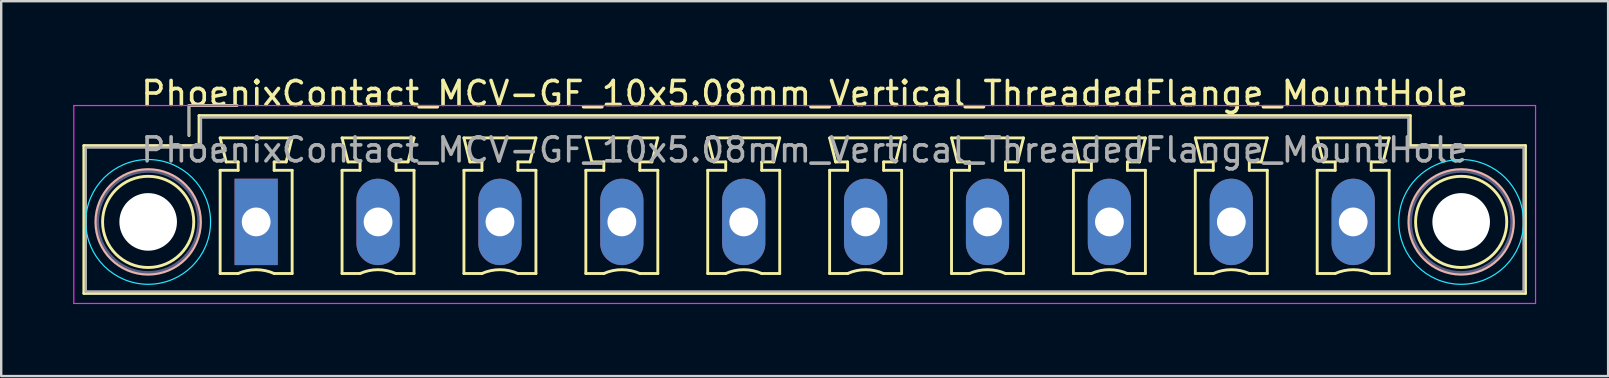
<source format=kicad_pcb>
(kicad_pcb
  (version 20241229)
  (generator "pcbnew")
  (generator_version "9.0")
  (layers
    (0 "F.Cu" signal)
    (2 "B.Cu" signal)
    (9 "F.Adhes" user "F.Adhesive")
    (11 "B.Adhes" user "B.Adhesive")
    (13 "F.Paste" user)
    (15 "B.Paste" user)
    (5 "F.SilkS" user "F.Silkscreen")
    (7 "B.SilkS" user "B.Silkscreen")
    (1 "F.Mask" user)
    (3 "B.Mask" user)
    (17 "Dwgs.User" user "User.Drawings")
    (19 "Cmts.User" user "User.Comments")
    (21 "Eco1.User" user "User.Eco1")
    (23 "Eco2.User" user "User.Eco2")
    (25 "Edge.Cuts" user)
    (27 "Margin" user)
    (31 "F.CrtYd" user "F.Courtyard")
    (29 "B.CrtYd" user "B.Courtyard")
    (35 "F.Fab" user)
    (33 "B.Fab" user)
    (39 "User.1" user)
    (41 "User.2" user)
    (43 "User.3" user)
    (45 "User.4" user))
  (footprint "PhoenixContact_MCV-GF_10x5.08mm_Vertical_ThreadedFlange_MountHole"
    (layer "F.Cu")
    (at 7.625 6.198)
    (property "Reference" "PhoenixContact_MCV-GF_10x5.08mm_Vertical_ThreadedFlange_MountHole" (at 22.86 -5.35 0) (layer "F.SilkS") (effects (font (size 1 1) (thickness 0.15))))
    (attr through_hole)
    (fp_line (start -7.18 -3.18) (end -7.18 2.98) (stroke (width 0.12) (type solid)) (layer "F.SilkS"))
    (fp_line (start -7.18 2.98) (end 52.9 2.98) (stroke (width 0.12) (type solid)) (layer "F.SilkS"))
    (fp_line (start -2.8 -4.85) (end -0.8 -4.85) (stroke (width 0.12) (type solid)) (layer "F.SilkS"))
    (fp_line (start -2.8 -3.6) (end -2.8 -4.85) (stroke (width 0.12) (type solid)) (layer "F.SilkS"))
    (fp_line (start -2.38 -4.43) (end -2.38 -3.18) (stroke (width 0.12) (type solid)) (layer "F.SilkS"))
    (fp_line (start -2.38 -3.18) (end -7.18 -3.18) (stroke (width 0.12) (type solid)) (layer "F.SilkS"))
    (fp_line (start -1.5 -3.5) (end 1.5 -3.5) (stroke (width 0.12) (type solid)) (layer "F.SilkS"))
    (fp_line (start -1.5 -2.15) (end -0.75 -2.15) (stroke (width 0.12) (type solid)) (layer "F.SilkS"))
    (fp_line (start -1.5 2.15) (end -1.5 -2.15) (stroke (width 0.12) (type solid)) (layer "F.SilkS"))
    (fp_line (start -1.25 -2.5) (end -1.5 -3.5) (stroke (width 0.12) (type solid)) (layer "F.SilkS"))
    (fp_line (start -0.75 -2.5) (end -1.25 -2.5) (stroke (width 0.12) (type solid)) (layer "F.SilkS"))
    (fp_line (start -0.75 -2.15) (end -0.75 -2.5) (stroke (width 0.12) (type solid)) (layer "F.SilkS"))
    (fp_line (start -0.75 2.15) (end -1.5 2.15) (stroke (width 0.12) (type solid)) (layer "F.SilkS"))
    (fp_line (start 0.75 -2.5) (end 0.75 -2.15) (stroke (width 0.12) (type solid)) (layer "F.SilkS"))
    (fp_line (start 0.75 -2.15) (end 1.5 -2.15) (stroke (width 0.12) (type solid)) (layer "F.SilkS"))
    (fp_line (start 1.25 -2.5) (end 0.75 -2.5) (stroke (width 0.12) (type solid)) (layer "F.SilkS"))
    (fp_line (start 1.5 -3.5) (end 1.25 -2.5) (stroke (width 0.12) (type solid)) (layer "F.SilkS"))
    (fp_line (start 1.5 -2.15) (end 1.5 2.15) (stroke (width 0.12) (type solid)) (layer "F.SilkS"))
    (fp_line (start 1.5 2.15) (end 0.75 2.15) (stroke (width 0.12) (type solid)) (layer "F.SilkS"))
    (fp_line (start 3.58 -3.5) (end 6.58 -3.5) (stroke (width 0.12) (type solid)) (layer "F.SilkS"))
    (fp_line (start 3.58 -2.15) (end 4.33 -2.15) (stroke (width 0.12) (type solid)) (layer "F.SilkS"))
    (fp_line (start 3.58 2.15) (end 3.58 -2.15) (stroke (width 0.12) (type solid)) (layer "F.SilkS"))
    (fp_line (start 3.83 -2.5) (end 3.58 -3.5) (stroke (width 0.12) (type solid)) (layer "F.SilkS"))
    (fp_line (start 4.33 -2.5) (end 3.83 -2.5) (stroke (width 0.12) (type solid)) (layer "F.SilkS"))
    (fp_line (start 4.33 -2.15) (end 4.33 -2.5) (stroke (width 0.12) (type solid)) (layer "F.SilkS"))
    (fp_line (start 4.33 2.15) (end 3.58 2.15) (stroke (width 0.12) (type solid)) (layer "F.SilkS"))
    (fp_line (start 5.83 -2.5) (end 5.83 -2.15) (stroke (width 0.12) (type solid)) (layer "F.SilkS"))
    (fp_line (start 5.83 -2.15) (end 6.58 -2.15) (stroke (width 0.12) (type solid)) (layer "F.SilkS"))
    (fp_line (start 6.33 -2.5) (end 5.83 -2.5) (stroke (width 0.12) (type solid)) (layer "F.SilkS"))
    (fp_line (start 6.58 -3.5) (end 6.33 -2.5) (stroke (width 0.12) (type solid)) (layer "F.SilkS"))
    (fp_line (start 6.58 -2.15) (end 6.58 2.15) (stroke (width 0.12) (type solid)) (layer "F.SilkS"))
    (fp_line (start 6.58 2.15) (end 5.83 2.15) (stroke (width 0.12) (type solid)) (layer "F.SilkS"))
    (fp_line (start 8.66 -3.5) (end 11.66 -3.5) (stroke (width 0.12) (type solid)) (layer "F.SilkS"))
    (fp_line (start 8.66 -2.15) (end 9.41 -2.15) (stroke (width 0.12) (type solid)) (layer "F.SilkS"))
    (fp_line (start 8.66 2.15) (end 8.66 -2.15) (stroke (width 0.12) (type solid)) (layer "F.SilkS"))
    (fp_line (start 8.91 -2.5) (end 8.66 -3.5) (stroke (width 0.12) (type solid)) (layer "F.SilkS"))
    (fp_line (start 9.41 -2.5) (end 8.91 -2.5) (stroke (width 0.12) (type solid)) (layer "F.SilkS"))
    (fp_line (start 9.41 -2.15) (end 9.41 -2.5) (stroke (width 0.12) (type solid)) (layer "F.SilkS"))
    (fp_line (start 9.41 2.15) (end 8.66 2.15) (stroke (width 0.12) (type solid)) (layer "F.SilkS"))
    (fp_line (start 10.91 -2.5) (end 10.91 -2.15) (stroke (width 0.12) (type solid)) (layer "F.SilkS"))
    (fp_line (start 10.91 -2.15) (end 11.66 -2.15) (stroke (width 0.12) (type solid)) (layer "F.SilkS"))
    (fp_line (start 11.41 -2.5) (end 10.91 -2.5) (stroke (width 0.12) (type solid)) (layer "F.SilkS"))
    (fp_line (start 11.66 -3.5) (end 11.41 -2.5) (stroke (width 0.12) (type solid)) (layer "F.SilkS"))
    (fp_line (start 11.66 -2.15) (end 11.66 2.15) (stroke (width 0.12) (type solid)) (layer "F.SilkS"))
    (fp_line (start 11.66 2.15) (end 10.91 2.15) (stroke (width 0.12) (type solid)) (layer "F.SilkS"))
    (fp_line (start 13.74 -3.5) (end 16.74 -3.5) (stroke (width 0.12) (type solid)) (layer "F.SilkS"))
    (fp_line (start 13.74 -2.15) (end 14.49 -2.15) (stroke (width 0.12) (type solid)) (layer "F.SilkS"))
    (fp_line (start 13.74 2.15) (end 13.74 -2.15) (stroke (width 0.12) (type solid)) (layer "F.SilkS"))
    (fp_line (start 13.99 -2.5) (end 13.74 -3.5) (stroke (width 0.12) (type solid)) (layer "F.SilkS"))
    (fp_line (start 14.49 -2.5) (end 13.99 -2.5) (stroke (width 0.12) (type solid)) (layer "F.SilkS"))
    (fp_line (start 14.49 -2.15) (end 14.49 -2.5) (stroke (width 0.12) (type solid)) (layer "F.SilkS"))
    (fp_line (start 14.49 2.15) (end 13.74 2.15) (stroke (width 0.12) (type solid)) (layer "F.SilkS"))
    (fp_line (start 15.99 -2.5) (end 15.99 -2.15) (stroke (width 0.12) (type solid)) (layer "F.SilkS"))
    (fp_line (start 15.99 -2.15) (end 16.74 -2.15) (stroke (width 0.12) (type solid)) (layer "F.SilkS"))
    (fp_line (start 16.49 -2.5) (end 15.99 -2.5) (stroke (width 0.12) (type solid)) (layer "F.SilkS"))
    (fp_line (start 16.74 -3.5) (end 16.49 -2.5) (stroke (width 0.12) (type solid)) (layer "F.SilkS"))
    (fp_line (start 16.74 -2.15) (end 16.74 2.15) (stroke (width 0.12) (type solid)) (layer "F.SilkS"))
    (fp_line (start 16.74 2.15) (end 15.99 2.15) (stroke (width 0.12) (type solid)) (layer "F.SilkS"))
    (fp_line (start 18.82 -3.5) (end 21.82 -3.5) (stroke (width 0.12) (type solid)) (layer "F.SilkS"))
    (fp_line (start 18.82 -2.15) (end 19.57 -2.15) (stroke (width 0.12) (type solid)) (layer "F.SilkS"))
    (fp_line (start 18.82 2.15) (end 18.82 -2.15) (stroke (width 0.12) (type solid)) (layer "F.SilkS"))
    (fp_line (start 19.07 -2.5) (end 18.82 -3.5) (stroke (width 0.12) (type solid)) (layer "F.SilkS"))
    (fp_line (start 19.57 -2.5) (end 19.07 -2.5) (stroke (width 0.12) (type solid)) (layer "F.SilkS"))
    (fp_line (start 19.57 -2.15) (end 19.57 -2.5) (stroke (width 0.12) (type solid)) (layer "F.SilkS"))
    (fp_line (start 19.57 2.15) (end 18.82 2.15) (stroke (width 0.12) (type solid)) (layer "F.SilkS"))
    (fp_line (start 21.07 -2.5) (end 21.07 -2.15) (stroke (width 0.12) (type solid)) (layer "F.SilkS"))
    (fp_line (start 21.07 -2.15) (end 21.82 -2.15) (stroke (width 0.12) (type solid)) (layer "F.SilkS"))
    (fp_line (start 21.57 -2.5) (end 21.07 -2.5) (stroke (width 0.12) (type solid)) (layer "F.SilkS"))
    (fp_line (start 21.82 -3.5) (end 21.57 -2.5) (stroke (width 0.12) (type solid)) (layer "F.SilkS"))
    (fp_line (start 21.82 -2.15) (end 21.82 2.15) (stroke (width 0.12) (type solid)) (layer "F.SilkS"))
    (fp_line (start 21.82 2.15) (end 21.07 2.15) (stroke (width 0.12) (type solid)) (layer "F.SilkS"))
    (fp_line (start 23.9 -3.5) (end 26.9 -3.5) (stroke (width 0.12) (type solid)) (layer "F.SilkS"))
    (fp_line (start 23.9 -2.15) (end 24.65 -2.15) (stroke (width 0.12) (type solid)) (layer "F.SilkS"))
    (fp_line (start 23.9 2.15) (end 23.9 -2.15) (stroke (width 0.12) (type solid)) (layer "F.SilkS"))
    (fp_line (start 24.15 -2.5) (end 23.9 -3.5) (stroke (width 0.12) (type solid)) (layer "F.SilkS"))
    (fp_line (start 24.65 -2.5) (end 24.15 -2.5) (stroke (width 0.12) (type solid)) (layer "F.SilkS"))
    (fp_line (start 24.65 -2.15) (end 24.65 -2.5) (stroke (width 0.12) (type solid)) (layer "F.SilkS"))
    (fp_line (start 24.65 2.15) (end 23.9 2.15) (stroke (width 0.12) (type solid)) (layer "F.SilkS"))
    (fp_line (start 26.15 -2.5) (end 26.15 -2.15) (stroke (width 0.12) (type solid)) (layer "F.SilkS"))
    (fp_line (start 26.15 -2.15) (end 26.9 -2.15) (stroke (width 0.12) (type solid)) (layer "F.SilkS"))
    (fp_line (start 26.65 -2.5) (end 26.15 -2.5) (stroke (width 0.12) (type solid)) (layer "F.SilkS"))
    (fp_line (start 26.9 -3.5) (end 26.65 -2.5) (stroke (width 0.12) (type solid)) (layer "F.SilkS"))
    (fp_line (start 26.9 -2.15) (end 26.9 2.15) (stroke (width 0.12) (type solid)) (layer "F.SilkS"))
    (fp_line (start 26.9 2.15) (end 26.15 2.15) (stroke (width 0.12) (type solid)) (layer "F.SilkS"))
    (fp_line (start 28.98 -3.5) (end 31.98 -3.5) (stroke (width 0.12) (type solid)) (layer "F.SilkS"))
    (fp_line (start 28.98 -2.15) (end 29.73 -2.15) (stroke (width 0.12) (type solid)) (layer "F.SilkS"))
    (fp_line (start 28.98 2.15) (end 28.98 -2.15) (stroke (width 0.12) (type solid)) (layer "F.SilkS"))
    (fp_line (start 29.23 -2.5) (end 28.98 -3.5) (stroke (width 0.12) (type solid)) (layer "F.SilkS"))
    (fp_line (start 29.73 -2.5) (end 29.23 -2.5) (stroke (width 0.12) (type solid)) (layer "F.SilkS"))
    (fp_line (start 29.73 -2.15) (end 29.73 -2.5) (stroke (width 0.12) (type solid)) (layer "F.SilkS"))
    (fp_line (start 29.73 2.15) (end 28.98 2.15) (stroke (width 0.12) (type solid)) (layer "F.SilkS"))
    (fp_line (start 31.23 -2.5) (end 31.23 -2.15) (stroke (width 0.12) (type solid)) (layer "F.SilkS"))
    (fp_line (start 31.23 -2.15) (end 31.98 -2.15) (stroke (width 0.12) (type solid)) (layer "F.SilkS"))
    (fp_line (start 31.73 -2.5) (end 31.23 -2.5) (stroke (width 0.12) (type solid)) (layer "F.SilkS"))
    (fp_line (start 31.98 -3.5) (end 31.73 -2.5) (stroke (width 0.12) (type solid)) (layer "F.SilkS"))
    (fp_line (start 31.98 -2.15) (end 31.98 2.15) (stroke (width 0.12) (type solid)) (layer "F.SilkS"))
    (fp_line (start 31.98 2.15) (end 31.23 2.15) (stroke (width 0.12) (type solid)) (layer "F.SilkS"))
    (fp_line (start 34.06 -3.5) (end 37.06 -3.5) (stroke (width 0.12) (type solid)) (layer "F.SilkS"))
    (fp_line (start 34.06 -2.15) (end 34.81 -2.15) (stroke (width 0.12) (type solid)) (layer "F.SilkS"))
    (fp_line (start 34.06 2.15) (end 34.06 -2.15) (stroke (width 0.12) (type solid)) (layer "F.SilkS"))
    (fp_line (start 34.31 -2.5) (end 34.06 -3.5) (stroke (width 0.12) (type solid)) (layer "F.SilkS"))
    (fp_line (start 34.81 -2.5) (end 34.31 -2.5) (stroke (width 0.12) (type solid)) (layer "F.SilkS"))
    (fp_line (start 34.81 -2.15) (end 34.81 -2.5) (stroke (width 0.12) (type solid)) (layer "F.SilkS"))
    (fp_line (start 34.81 2.15) (end 34.06 2.15) (stroke (width 0.12) (type solid)) (layer "F.SilkS"))
    (fp_line (start 36.31 -2.5) (end 36.31 -2.15) (stroke (width 0.12) (type solid)) (layer "F.SilkS"))
    (fp_line (start 36.31 -2.15) (end 37.06 -2.15) (stroke (width 0.12) (type solid)) (layer "F.SilkS"))
    (fp_line (start 36.81 -2.5) (end 36.31 -2.5) (stroke (width 0.12) (type solid)) (layer "F.SilkS"))
    (fp_line (start 37.06 -3.5) (end 36.81 -2.5) (stroke (width 0.12) (type solid)) (layer "F.SilkS"))
    (fp_line (start 37.06 -2.15) (end 37.06 2.15) (stroke (width 0.12) (type solid)) (layer "F.SilkS"))
    (fp_line (start 37.06 2.15) (end 36.31 2.15) (stroke (width 0.12) (type solid)) (layer "F.SilkS"))
    (fp_line (start 39.14 -3.5) (end 42.14 -3.5) (stroke (width 0.12) (type solid)) (layer "F.SilkS"))
    (fp_line (start 39.14 -2.15) (end 39.89 -2.15) (stroke (width 0.12) (type solid)) (layer "F.SilkS"))
    (fp_line (start 39.14 2.15) (end 39.14 -2.15) (stroke (width 0.12) (type solid)) (layer "F.SilkS"))
    (fp_line (start 39.39 -2.5) (end 39.14 -3.5) (stroke (width 0.12) (type solid)) (layer "F.SilkS"))
    (fp_line (start 39.89 -2.5) (end 39.39 -2.5) (stroke (width 0.12) (type solid)) (layer "F.SilkS"))
    (fp_line (start 39.89 -2.15) (end 39.89 -2.5) (stroke (width 0.12) (type solid)) (layer "F.SilkS"))
    (fp_line (start 39.89 2.15) (end 39.14 2.15) (stroke (width 0.12) (type solid)) (layer "F.SilkS"))
    (fp_line (start 41.39 -2.5) (end 41.39 -2.15) (stroke (width 0.12) (type solid)) (layer "F.SilkS"))
    (fp_line (start 41.39 -2.15) (end 42.14 -2.15) (stroke (width 0.12) (type solid)) (layer "F.SilkS"))
    (fp_line (start 41.89 -2.5) (end 41.39 -2.5) (stroke (width 0.12) (type solid)) (layer "F.SilkS"))
    (fp_line (start 42.14 -3.5) (end 41.89 -2.5) (stroke (width 0.12) (type solid)) (layer "F.SilkS"))
    (fp_line (start 42.14 -2.15) (end 42.14 2.15) (stroke (width 0.12) (type solid)) (layer "F.SilkS"))
    (fp_line (start 42.14 2.15) (end 41.39 2.15) (stroke (width 0.12) (type solid)) (layer "F.SilkS"))
    (fp_line (start 44.22 -3.5) (end 47.22 -3.5) (stroke (width 0.12) (type solid)) (layer "F.SilkS"))
    (fp_line (start 44.22 -2.15) (end 44.97 -2.15) (stroke (width 0.12) (type solid)) (layer "F.SilkS"))
    (fp_line (start 44.22 2.15) (end 44.22 -2.15) (stroke (width 0.12) (type solid)) (layer "F.SilkS"))
    (fp_line (start 44.47 -2.5) (end 44.22 -3.5) (stroke (width 0.12) (type solid)) (layer "F.SilkS"))
    (fp_line (start 44.97 -2.5) (end 44.47 -2.5) (stroke (width 0.12) (type solid)) (layer "F.SilkS"))
    (fp_line (start 44.97 -2.15) (end 44.97 -2.5) (stroke (width 0.12) (type solid)) (layer "F.SilkS"))
    (fp_line (start 44.97 2.15) (end 44.22 2.15) (stroke (width 0.12) (type solid)) (layer "F.SilkS"))
    (fp_line (start 46.47 -2.5) (end 46.47 -2.15) (stroke (width 0.12) (type solid)) (layer "F.SilkS"))
    (fp_line (start 46.47 -2.15) (end 47.22 -2.15) (stroke (width 0.12) (type solid)) (layer "F.SilkS"))
    (fp_line (start 46.97 -2.5) (end 46.47 -2.5) (stroke (width 0.12) (type solid)) (layer "F.SilkS"))
    (fp_line (start 47.22 -3.5) (end 46.97 -2.5) (stroke (width 0.12) (type solid)) (layer "F.SilkS"))
    (fp_line (start 47.22 -2.15) (end 47.22 2.15) (stroke (width 0.12) (type solid)) (layer "F.SilkS"))
    (fp_line (start 47.22 2.15) (end 46.47 2.15) (stroke (width 0.12) (type solid)) (layer "F.SilkS"))
    (fp_line (start 48.1 -4.43) (end -2.38 -4.43) (stroke (width 0.12) (type solid)) (layer "F.SilkS"))
    (fp_line (start 48.1 -3.18) (end 48.1 -4.43) (stroke (width 0.12) (type solid)) (layer "F.SilkS"))
    (fp_line (start 52.9 -3.18) (end 48.1 -3.18) (stroke (width 0.12) (type solid)) (layer "F.SilkS"))
    (fp_line (start 52.9 2.98) (end 52.9 -3.18) (stroke (width 0.12) (type solid)) (layer "F.SilkS"))
    (fp_arc (start -0.75 2.15) (mid -0.000193 1.99191) (end 0.749647 2.149844) (stroke (width 0.12) (type solid)) (layer "F.SilkS"))
    (fp_arc (start 4.33 2.15) (mid 5.079807 1.99191) (end 5.829647 2.149844) (stroke (width 0.12) (type solid)) (layer "F.SilkS"))
    (fp_arc (start 9.41 2.15) (mid 10.159807 1.99191) (end 10.909647 2.149844) (stroke (width 0.12) (type solid)) (layer "F.SilkS"))
    (fp_arc (start 14.49 2.15) (mid 15.239807 1.99191) (end 15.989647 2.149844) (stroke (width 0.12) (type solid)) (layer "F.SilkS"))
    (fp_arc (start 19.57 2.15) (mid 20.319807 1.99191) (end 21.069647 2.149844) (stroke (width 0.12) (type solid)) (layer "F.SilkS"))
    (fp_arc (start 24.65 2.15) (mid 25.399807 1.99191) (end 26.149647 2.149844) (stroke (width 0.12) (type solid)) (layer "F.SilkS"))
    (fp_arc (start 29.73 2.15) (mid 30.479807 1.99191) (end 31.229647 2.149844) (stroke (width 0.12) (type solid)) (layer "F.SilkS"))
    (fp_arc (start 34.81 2.15) (mid 35.559807 1.99191) (end 36.309647 2.149844) (stroke (width 0.12) (type solid)) (layer "F.SilkS"))
    (fp_arc (start 39.89 2.15) (mid 40.639807 1.99191) (end 41.389647 2.149844) (stroke (width 0.12) (type solid)) (layer "F.SilkS"))
    (fp_arc (start 44.97 2.15) (mid 45.719807 1.99191) (end 46.469647 2.149844) (stroke (width 0.12) (type solid)) (layer "F.SilkS"))
    (fp_circle (center -4.5 0) (end -2.6 0) (stroke (width 0.12) (type solid)) (fill no) (layer "F.SilkS"))
    (fp_circle (center 50.22 0) (end 52.12 0) (stroke (width 0.12) (type solid)) (fill no) (layer "F.SilkS"))
    (fp_circle (center -4.5 0) (end -2.32 0) (stroke (width 0.12) (type solid)) (fill no) (layer "B.SilkS"))
    (fp_circle (center 50.22 0) (end 52.4 0) (stroke (width 0.12) (type solid)) (fill no) (layer "B.SilkS"))
    (fp_circle (center -4.5 0) (end -1.9 0) (stroke (width 0.05) (type solid)) (fill no) (layer "B.CrtYd"))
    (fp_circle (center 50.22 0) (end 52.82 0) (stroke (width 0.05) (type solid)) (fill no) (layer "B.CrtYd"))
    (fp_line (start -7.6 -4.85) (end -7.6 3.4) (stroke (width 0.05) (type solid)) (layer "F.CrtYd"))
    (fp_line (start -7.6 3.4) (end 53.32 3.4) (stroke (width 0.05) (type solid)) (layer "F.CrtYd"))
    (fp_line (start 53.32 -4.85) (end -7.6 -4.85) (stroke (width 0.05) (type solid)) (layer "F.CrtYd"))
    (fp_line (start 53.32 3.4) (end 53.32 -4.85) (stroke (width 0.05) (type solid)) (layer "F.CrtYd"))
    (fp_circle (center -4.5 0) (end -2.4 0) (stroke (width 0.1) (type solid)) (fill no) (layer "B.Fab"))
    (fp_circle (center 50.22 0) (end 52.32 0) (stroke (width 0.1) (type solid)) (fill no) (layer "B.Fab"))
    (fp_line (start -7.1 -3.1) (end -7.1 2.9) (stroke (width 0.1) (type solid)) (layer "F.Fab"))
    (fp_line (start -7.1 2.9) (end 52.82 2.9) (stroke (width 0.1) (type solid)) (layer "F.Fab"))
    (fp_line (start -2.8 -4.85) (end -0.8 -4.85) (stroke (width 0.1) (type solid)) (layer "F.Fab"))
    (fp_line (start -2.8 -3.6) (end -2.8 -4.85) (stroke (width 0.1) (type solid)) (layer "F.Fab"))
    (fp_line (start -2.3 -4.35) (end -2.3 -3.1) (stroke (width 0.1) (type solid)) (layer "F.Fab"))
    (fp_line (start -2.3 -3.1) (end -7.1 -3.1) (stroke (width 0.1) (type solid)) (layer "F.Fab"))
    (fp_line (start 48.02 -4.35) (end -2.3 -4.35) (stroke (width 0.1) (type solid)) (layer "F.Fab"))
    (fp_line (start 48.02 -3.1) (end 48.02 -4.35) (stroke (width 0.1) (type solid)) (layer "F.Fab"))
    (fp_line (start 52.82 -3.1) (end 48.02 -3.1) (stroke (width 0.1) (type solid)) (layer "F.Fab"))
    (fp_line (start 52.82 2.9) (end 52.82 -3.1) (stroke (width 0.1) (type solid)) (layer "F.Fab"))
    (fp_text user "${REFERENCE}" (at 22.86 -3 0) (layer "F.Fab") (effects (font (size 1 1) (thickness 0.15))))
    (pad "" np_thru_hole circle (at -4.5 0) (size 2.4 2.4) (drill 2.4) (layers "*.Cu" "*.Mask"))
    (pad "" np_thru_hole circle (at 50.22 0) (size 2.4 2.4) (drill 2.4) (layers "*.Cu" "*.Mask"))
    (pad "1" thru_hole rect (at 0 0) (size 1.8 3.6) (drill 1.2) (layers "*.Cu" "*.Mask"))
    (pad "2" thru_hole oval (at 5.08 0) (size 1.8 3.6) (drill 1.2) (layers "*.Cu" "*.Mask"))
    (pad "3" thru_hole oval (at 10.16 0) (size 1.8 3.6) (drill 1.2) (layers "*.Cu" "*.Mask"))
    (pad "4" thru_hole oval (at 15.24 0) (size 1.8 3.6) (drill 1.2) (layers "*.Cu" "*.Mask"))
    (pad "5" thru_hole oval (at 20.32 0) (size 1.8 3.6) (drill 1.2) (layers "*.Cu" "*.Mask"))
    (pad "6" thru_hole oval (at 25.4 0) (size 1.8 3.6) (drill 1.2) (layers "*.Cu" "*.Mask"))
    (pad "7" thru_hole oval (at 30.48 0) (size 1.8 3.6) (drill 1.2) (layers "*.Cu" "*.Mask"))
    (pad "8" thru_hole oval (at 35.56 0) (size 1.8 3.6) (drill 1.2) (layers "*.Cu" "*.Mask"))
    (pad "9" thru_hole oval (at 40.64 0) (size 1.8 3.6) (drill 1.2) (layers "*.Cu" "*.Mask"))
    (pad "10" thru_hole oval (at 45.72 0) (size 1.8 3.6) (drill 1.2) (layers "*.Cu" "*.Mask")))
  (gr_rect
    (start -3 -3)
    (end 63.97 12.623)
    (stroke (width 0.1) (type default))
    (fill no)
    (layer "Edge.Cuts")))
</source>
